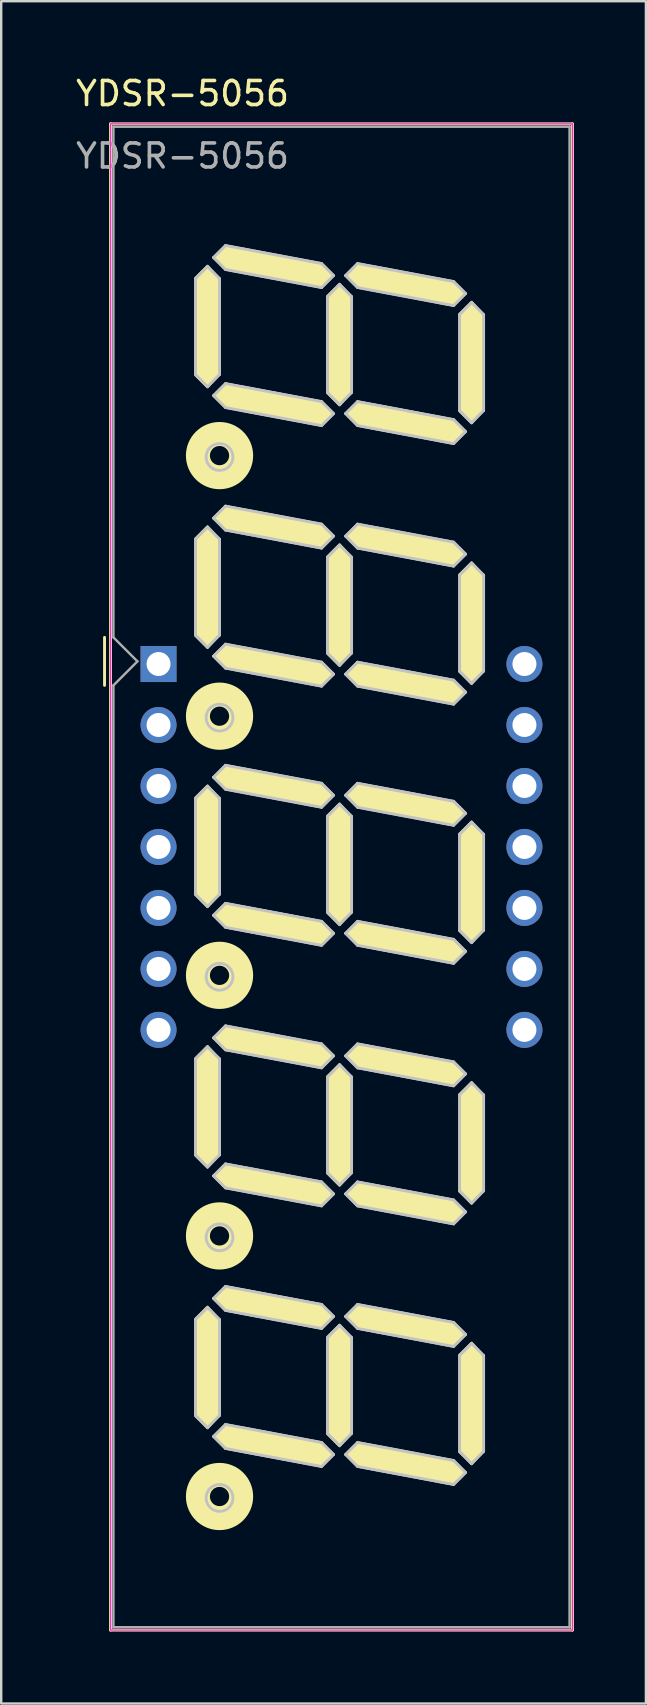
<source format=kicad_pcb>
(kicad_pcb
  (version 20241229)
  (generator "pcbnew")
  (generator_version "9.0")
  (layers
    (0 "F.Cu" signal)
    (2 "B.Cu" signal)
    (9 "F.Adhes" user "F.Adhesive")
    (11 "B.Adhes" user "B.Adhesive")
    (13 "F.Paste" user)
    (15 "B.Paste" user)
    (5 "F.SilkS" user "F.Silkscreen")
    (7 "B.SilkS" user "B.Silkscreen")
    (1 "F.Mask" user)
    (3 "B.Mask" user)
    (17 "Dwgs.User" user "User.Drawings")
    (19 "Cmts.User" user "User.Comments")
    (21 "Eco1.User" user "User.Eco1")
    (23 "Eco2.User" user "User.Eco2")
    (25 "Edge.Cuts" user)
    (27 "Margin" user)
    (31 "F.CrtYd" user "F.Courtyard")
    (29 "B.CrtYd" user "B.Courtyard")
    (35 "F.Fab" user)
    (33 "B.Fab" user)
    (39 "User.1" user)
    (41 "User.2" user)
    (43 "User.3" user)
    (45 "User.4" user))
  (footprint "YDSR-5056"
    (layer "F.Cu")
    (at 3.554 24.608)
    (property "Reference" "YDSR-5056" (at 1 -23.76 0) (layer "F.SilkS") (effects (font (size 1 1) (thickness 0.15))))
    (attr through_hole)
    (fp_line (start -2.25 -1.11) (end -2.25 0.89) (stroke (width 0.12) (type solid)) (layer "F.SilkS"))
    (fp_line (start -2 -22.5) (end -2 40.24) (stroke (width 0.12) (type solid)) (layer "F.SilkS"))
    (fp_line (start -2 -22.5) (end 17.24 -22.5) (stroke (width 0.12) (type solid)) (layer "F.SilkS"))
    (fp_line (start -2 40.24) (end 17.24 40.24) (stroke (width 0.12) (type solid)) (layer "F.SilkS"))
    (fp_line (start 17.24 40.24) (end 17.24 -22.5) (stroke (width 0.12) (type solid)) (layer "F.SilkS"))
    (fp_circle (center 2.54 -8.681) (end 2.54 -8.281) (stroke (width 1) (type solid)) (fill no) (layer "F.SilkS"))
    (fp_circle (center 2.54 2.173) (end 2.54 2.573) (stroke (width 1) (type solid)) (fill no) (layer "F.SilkS"))
    (fp_circle (center 2.54 12.968) (end 2.54 13.368) (stroke (width 1) (type solid)) (fill no) (layer "F.SilkS"))
    (fp_circle (center 2.54 23.822) (end 2.54 24.222) (stroke (width 1) (type solid)) (fill no) (layer "F.SilkS"))
    (fp_circle (center 2.54 34.676) (end 2.54 35.076) (stroke (width 1) (type solid)) (fill no) (layer "F.SilkS"))
    (fp_poly (pts (xy 2.04 -11.531) (xy 1.54 -12.031) (xy 1.54 -16.081) (xy 2.04 -16.581) (xy 2.54 -16.031) (xy 2.54 -12.081)) (stroke (width 0.1) (type solid)) (fill yes) (layer "F.SilkS"))
    (fp_poly (pts (xy 2.04 -0.677) (xy 1.54 -1.177) (xy 1.54 -5.227) (xy 2.04 -5.727) (xy 2.54 -5.177) (xy 2.54 -1.227)) (stroke (width 0.1) (type solid)) (fill yes) (layer "F.SilkS"))
    (fp_poly (pts (xy 2.04 10.118) (xy 1.54 9.618) (xy 1.54 5.568) (xy 2.04 5.068) (xy 2.54 5.618) (xy 2.54 9.568)) (stroke (width 0.1) (type solid)) (fill yes) (layer "F.SilkS"))
    (fp_poly (pts (xy 2.04 20.972) (xy 1.54 20.472) (xy 1.54 16.422) (xy 2.04 15.922) (xy 2.54 16.472) (xy 2.54 20.422)) (stroke (width 0.1) (type solid)) (fill yes) (layer "F.SilkS"))
    (fp_poly (pts (xy 2.04 31.826) (xy 1.54 31.326) (xy 1.54 27.276) (xy 2.04 26.776) (xy 2.54 27.326) (xy 2.54 31.276)) (stroke (width 0.1) (type solid)) (fill yes) (layer "F.SilkS"))
    (fp_poly (pts (xy 6.79 -15.681) (xy 2.79 -16.431) (xy 2.29 -16.931) (xy 2.79 -17.431) (xy 6.79 -16.681) (xy 7.29 -16.181)) (stroke (width 0.1) (type solid)) (fill yes) (layer "F.SilkS"))
    (fp_poly (pts (xy 6.79 -9.931) (xy 2.79 -10.681) (xy 2.29 -11.181) (xy 2.79 -11.681) (xy 6.79 -10.931) (xy 7.29 -10.431)) (stroke (width 0.1) (type solid)) (fill yes) (layer "F.SilkS"))
    (fp_poly (pts (xy 6.79 -4.827) (xy 2.79 -5.577) (xy 2.29 -6.077) (xy 2.79 -6.577) (xy 6.79 -5.827) (xy 7.29 -5.327)) (stroke (width 0.1) (type solid)) (fill yes) (layer "F.SilkS"))
    (fp_poly (pts (xy 6.79 0.923) (xy 2.79 0.173) (xy 2.29 -0.327) (xy 2.79 -0.827) (xy 6.79 -0.077) (xy 7.29 0.423)) (stroke (width 0.1) (type solid)) (fill yes) (layer "F.SilkS"))
    (fp_poly (pts (xy 6.79 5.968) (xy 2.79 5.218) (xy 2.29 4.718) (xy 2.79 4.218) (xy 6.79 4.968) (xy 7.29 5.468)) (stroke (width 0.1) (type solid)) (fill yes) (layer "F.SilkS"))
    (fp_poly (pts (xy 6.79 11.718) (xy 2.79 10.968) (xy 2.29 10.468) (xy 2.79 9.968) (xy 6.79 10.718) (xy 7.29 11.218)) (stroke (width 0.1) (type solid)) (fill yes) (layer "F.SilkS"))
    (fp_poly (pts (xy 6.79 16.822) (xy 2.79 16.072) (xy 2.29 15.572) (xy 2.79 15.072) (xy 6.79 15.822) (xy 7.29 16.322)) (stroke (width 0.1) (type solid)) (fill yes) (layer "F.SilkS"))
    (fp_poly (pts (xy 6.79 22.572) (xy 2.79 21.822) (xy 2.29 21.322) (xy 2.79 20.822) (xy 6.79 21.572) (xy 7.29 22.072)) (stroke (width 0.1) (type solid)) (fill yes) (layer "F.SilkS"))
    (fp_poly (pts (xy 6.79 27.676) (xy 2.79 26.926) (xy 2.29 26.426) (xy 2.79 25.926) (xy 6.79 26.676) (xy 7.29 27.176)) (stroke (width 0.1) (type solid)) (fill yes) (layer "F.SilkS"))
    (fp_poly (pts (xy 6.79 33.426) (xy 2.79 32.676) (xy 2.29 32.176) (xy 2.79 31.676) (xy 6.79 32.426) (xy 7.29 32.926)) (stroke (width 0.1) (type solid)) (fill yes) (layer "F.SilkS"))
    (fp_poly (pts (xy 7.54 -10.781) (xy 7.04 -11.281) (xy 7.04 -15.331) (xy 7.54 -15.831) (xy 8.04 -15.281) (xy 8.04 -11.331)) (stroke (width 0.1) (type solid)) (fill yes) (layer "F.SilkS"))
    (fp_poly (pts (xy 7.54 0.073) (xy 7.04 -0.427) (xy 7.04 -4.477) (xy 7.54 -4.977) (xy 8.04 -4.427) (xy 8.04 -0.477)) (stroke (width 0.1) (type solid)) (fill yes) (layer "F.SilkS"))
    (fp_poly (pts (xy 7.54 10.868) (xy 7.04 10.368) (xy 7.04 6.318) (xy 7.54 5.818) (xy 8.04 6.368) (xy 8.04 10.318)) (stroke (width 0.1) (type solid)) (fill yes) (layer "F.SilkS"))
    (fp_poly (pts (xy 7.54 21.722) (xy 7.04 21.222) (xy 7.04 17.172) (xy 7.54 16.672) (xy 8.04 17.222) (xy 8.04 21.172)) (stroke (width 0.1) (type solid)) (fill yes) (layer "F.SilkS"))
    (fp_poly (pts (xy 7.54 32.576) (xy 7.04 32.076) (xy 7.04 28.026) (xy 7.54 27.526) (xy 8.04 28.076) (xy 8.04 32.026)) (stroke (width 0.1) (type solid)) (fill yes) (layer "F.SilkS"))
    (fp_poly (pts (xy 12.29 -14.931) (xy 8.29 -15.681) (xy 7.79 -16.181) (xy 8.29 -16.681) (xy 12.29 -15.931) (xy 12.79 -15.431)) (stroke (width 0.1) (type solid)) (fill yes) (layer "F.SilkS"))
    (fp_poly (pts (xy 12.29 -9.181) (xy 8.29 -9.931) (xy 7.79 -10.431) (xy 8.29 -10.931) (xy 12.29 -10.181) (xy 12.79 -9.681)) (stroke (width 0.1) (type solid)) (fill yes) (layer "F.SilkS"))
    (fp_poly (pts (xy 12.29 -4.077) (xy 8.29 -4.827) (xy 7.79 -5.327) (xy 8.29 -5.827) (xy 12.29 -5.077) (xy 12.79 -4.577)) (stroke (width 0.1) (type solid)) (fill yes) (layer "F.SilkS"))
    (fp_poly (pts (xy 12.29 1.673) (xy 8.29 0.923) (xy 7.79 0.423) (xy 8.29 -0.077) (xy 12.29 0.673) (xy 12.79 1.173)) (stroke (width 0.1) (type solid)) (fill yes) (layer "F.SilkS"))
    (fp_poly (pts (xy 12.29 6.718) (xy 8.29 5.968) (xy 7.79 5.468) (xy 8.29 4.968) (xy 12.29 5.718) (xy 12.79 6.218)) (stroke (width 0.1) (type solid)) (fill yes) (layer "F.SilkS"))
    (fp_poly (pts (xy 12.29 12.468) (xy 8.29 11.718) (xy 7.79 11.218) (xy 8.29 10.718) (xy 12.29 11.468) (xy 12.79 11.968)) (stroke (width 0.1) (type solid)) (fill yes) (layer "F.SilkS"))
    (fp_poly (pts (xy 12.29 17.572) (xy 8.29 16.822) (xy 7.79 16.322) (xy 8.29 15.822) (xy 12.29 16.572) (xy 12.79 17.072)) (stroke (width 0.1) (type solid)) (fill yes) (layer "F.SilkS"))
    (fp_poly (pts (xy 12.29 23.322) (xy 8.29 22.572) (xy 7.79 22.072) (xy 8.29 21.572) (xy 12.29 22.322) (xy 12.79 22.822)) (stroke (width 0.1) (type solid)) (fill yes) (layer "F.SilkS"))
    (fp_poly (pts (xy 12.29 28.426) (xy 8.29 27.676) (xy 7.79 27.176) (xy 8.29 26.676) (xy 12.29 27.426) (xy 12.79 27.926)) (stroke (width 0.1) (type solid)) (fill yes) (layer "F.SilkS"))
    (fp_poly (pts (xy 12.29 34.176) (xy 8.29 33.426) (xy 7.79 32.926) (xy 8.29 32.426) (xy 12.29 33.176) (xy 12.79 33.676)) (stroke (width 0.1) (type solid)) (fill yes) (layer "F.SilkS"))
    (fp_poly (pts (xy 13.04 -10.031) (xy 12.54 -10.531) (xy 12.54 -14.581) (xy 13.04 -15.081) (xy 13.54 -14.531) (xy 13.54 -10.581)) (stroke (width 0.1) (type solid)) (fill yes) (layer "F.SilkS"))
    (fp_poly (pts (xy 13.04 0.823) (xy 12.54 0.323) (xy 12.54 -3.727) (xy 13.04 -4.227) (xy 13.54 -3.677) (xy 13.54 0.273)) (stroke (width 0.1) (type solid)) (fill yes) (layer "F.SilkS"))
    (fp_poly (pts (xy 13.04 11.618) (xy 12.54 11.118) (xy 12.54 7.068) (xy 13.04 6.568) (xy 13.54 7.118) (xy 13.54 11.068)) (stroke (width 0.1) (type solid)) (fill yes) (layer "F.SilkS"))
    (fp_poly (pts (xy 13.04 22.472) (xy 12.54 21.972) (xy 12.54 17.922) (xy 13.04 17.422) (xy 13.54 17.972) (xy 13.54 21.922)) (stroke (width 0.1) (type solid)) (fill yes) (layer "F.SilkS"))
    (fp_poly (pts (xy 13.04 33.326) (xy 12.54 32.826) (xy 12.54 28.776) (xy 13.04 28.276) (xy 13.54 28.826) (xy 13.54 32.776)) (stroke (width 0.1) (type solid)) (fill yes) (layer "F.SilkS"))
    (fp_line (start 1.54 -16.056) (end 1.54 -12.056) (stroke (width 0.12) (type solid)) (layer "Dwgs.User"))
    (fp_line (start 1.54 -12.056) (end 2.04 -11.556) (stroke (width 0.12) (type solid)) (layer "Dwgs.User"))
    (fp_line (start 1.54 -5.202) (end 1.54 -1.202) (stroke (width 0.12) (type solid)) (layer "Dwgs.User"))
    (fp_line (start 1.54 -1.202) (end 2.04 -0.702) (stroke (width 0.12) (type solid)) (layer "Dwgs.User"))
    (fp_line (start 1.54 5.593) (end 1.54 9.593) (stroke (width 0.12) (type solid)) (layer "Dwgs.User"))
    (fp_line (start 1.54 9.593) (end 2.04 10.093) (stroke (width 0.12) (type solid)) (layer "Dwgs.User"))
    (fp_line (start 1.54 16.447) (end 1.54 20.447) (stroke (width 0.12) (type solid)) (layer "Dwgs.User"))
    (fp_line (start 1.54 20.447) (end 2.04 20.947) (stroke (width 0.12) (type solid)) (layer "Dwgs.User"))
    (fp_line (start 1.54 27.301) (end 1.54 31.301) (stroke (width 0.12) (type solid)) (layer "Dwgs.User"))
    (fp_line (start 1.54 31.301) (end 2.04 31.801) (stroke (width 0.12) (type solid)) (layer "Dwgs.User"))
    (fp_line (start 2.04 -16.556) (end 1.54 -16.056) (stroke (width 0.12) (type solid)) (layer "Dwgs.User"))
    (fp_line (start 2.04 -11.556) (end 2.54 -12.056) (stroke (width 0.12) (type solid)) (layer "Dwgs.User"))
    (fp_line (start 2.04 -5.702) (end 1.54 -5.202) (stroke (width 0.12) (type solid)) (layer "Dwgs.User"))
    (fp_line (start 2.04 -0.702) (end 2.54 -1.202) (stroke (width 0.12) (type solid)) (layer "Dwgs.User"))
    (fp_line (start 2.04 5.093) (end 1.54 5.593) (stroke (width 0.12) (type solid)) (layer "Dwgs.User"))
    (fp_line (start 2.04 10.093) (end 2.54 9.593) (stroke (width 0.12) (type solid)) (layer "Dwgs.User"))
    (fp_line (start 2.04 15.947) (end 1.54 16.447) (stroke (width 0.12) (type solid)) (layer "Dwgs.User"))
    (fp_line (start 2.04 20.947) (end 2.54 20.447) (stroke (width 0.12) (type solid)) (layer "Dwgs.User"))
    (fp_line (start 2.04 26.801) (end 1.54 27.301) (stroke (width 0.12) (type solid)) (layer "Dwgs.User"))
    (fp_line (start 2.04 31.801) (end 2.54 31.301) (stroke (width 0.12) (type solid)) (layer "Dwgs.User"))
    (fp_line (start 2.29 -16.931) (end 2.79 -16.431) (stroke (width 0.12) (type solid)) (layer "Dwgs.User"))
    (fp_line (start 2.29 -11.181) (end 2.79 -10.681) (stroke (width 0.12) (type solid)) (layer "Dwgs.User"))
    (fp_line (start 2.29 -6.077) (end 2.79 -5.577) (stroke (width 0.12) (type solid)) (layer "Dwgs.User"))
    (fp_line (start 2.29 -0.327) (end 2.79 0.173) (stroke (width 0.12) (type solid)) (layer "Dwgs.User"))
    (fp_line (start 2.29 4.718) (end 2.79 5.218) (stroke (width 0.12) (type solid)) (layer "Dwgs.User"))
    (fp_line (start 2.29 10.468) (end 2.79 10.968) (stroke (width 0.12) (type solid)) (layer "Dwgs.User"))
    (fp_line (start 2.29 15.572) (end 2.79 16.072) (stroke (width 0.12) (type solid)) (layer "Dwgs.User"))
    (fp_line (start 2.29 21.322) (end 2.79 21.822) (stroke (width 0.12) (type solid)) (layer "Dwgs.User"))
    (fp_line (start 2.29 26.426) (end 2.79 26.926) (stroke (width 0.12) (type solid)) (layer "Dwgs.User"))
    (fp_line (start 2.29 32.176) (end 2.79 32.676) (stroke (width 0.12) (type solid)) (layer "Dwgs.User"))
    (fp_line (start 2.54 -16.056) (end 2.04 -16.556) (stroke (width 0.12) (type solid)) (layer "Dwgs.User"))
    (fp_line (start 2.54 -12.056) (end 2.54 -16.056) (stroke (width 0.12) (type solid)) (layer "Dwgs.User"))
    (fp_line (start 2.54 -5.202) (end 2.04 -5.702) (stroke (width 0.12) (type solid)) (layer "Dwgs.User"))
    (fp_line (start 2.54 -1.202) (end 2.54 -5.202) (stroke (width 0.12) (type solid)) (layer "Dwgs.User"))
    (fp_line (start 2.54 5.593) (end 2.04 5.093) (stroke (width 0.12) (type solid)) (layer "Dwgs.User"))
    (fp_line (start 2.54 9.593) (end 2.54 5.593) (stroke (width 0.12) (type solid)) (layer "Dwgs.User"))
    (fp_line (start 2.54 16.447) (end 2.04 15.947) (stroke (width 0.12) (type solid)) (layer "Dwgs.User"))
    (fp_line (start 2.54 20.447) (end 2.54 16.447) (stroke (width 0.12) (type solid)) (layer "Dwgs.User"))
    (fp_line (start 2.54 27.301) (end 2.04 26.801) (stroke (width 0.12) (type solid)) (layer "Dwgs.User"))
    (fp_line (start 2.54 31.301) (end 2.54 27.301) (stroke (width 0.12) (type solid)) (layer "Dwgs.User"))
    (fp_line (start 2.79 -17.431) (end 2.29 -16.931) (stroke (width 0.12) (type solid)) (layer "Dwgs.User"))
    (fp_line (start 2.79 -16.431) (end 6.79 -15.681) (stroke (width 0.12) (type solid)) (layer "Dwgs.User"))
    (fp_line (start 2.79 -11.681) (end 2.29 -11.181) (stroke (width 0.12) (type solid)) (layer "Dwgs.User"))
    (fp_line (start 2.79 -10.681) (end 6.79 -9.931) (stroke (width 0.12) (type solid)) (layer "Dwgs.User"))
    (fp_line (start 2.79 -6.577) (end 2.29 -6.077) (stroke (width 0.12) (type solid)) (layer "Dwgs.User"))
    (fp_line (start 2.79 -5.577) (end 6.79 -4.827) (stroke (width 0.12) (type solid)) (layer "Dwgs.User"))
    (fp_line (start 2.79 -0.827) (end 2.29 -0.327) (stroke (width 0.12) (type solid)) (layer "Dwgs.User"))
    (fp_line (start 2.79 0.173) (end 6.79 0.923) (stroke (width 0.12) (type solid)) (layer "Dwgs.User"))
    (fp_line (start 2.79 4.218) (end 2.29 4.718) (stroke (width 0.12) (type solid)) (layer "Dwgs.User"))
    (fp_line (start 2.79 5.218) (end 6.79 5.968) (stroke (width 0.12) (type solid)) (layer "Dwgs.User"))
    (fp_line (start 2.79 9.968) (end 2.29 10.468) (stroke (width 0.12) (type solid)) (layer "Dwgs.User"))
    (fp_line (start 2.79 10.968) (end 6.79 11.718) (stroke (width 0.12) (type solid)) (layer "Dwgs.User"))
    (fp_line (start 2.79 15.072) (end 2.29 15.572) (stroke (width 0.12) (type solid)) (layer "Dwgs.User"))
    (fp_line (start 2.79 16.072) (end 6.79 16.822) (stroke (width 0.12) (type solid)) (layer "Dwgs.User"))
    (fp_line (start 2.79 20.822) (end 2.29 21.322) (stroke (width 0.12) (type solid)) (layer "Dwgs.User"))
    (fp_line (start 2.79 21.822) (end 6.79 22.572) (stroke (width 0.12) (type solid)) (layer "Dwgs.User"))
    (fp_line (start 2.79 25.926) (end 2.29 26.426) (stroke (width 0.12) (type solid)) (layer "Dwgs.User"))
    (fp_line (start 2.79 26.926) (end 6.79 27.676) (stroke (width 0.12) (type solid)) (layer "Dwgs.User"))
    (fp_line (start 2.79 31.676) (end 2.29 32.176) (stroke (width 0.12) (type solid)) (layer "Dwgs.User"))
    (fp_line (start 2.79 32.676) (end 6.79 33.426) (stroke (width 0.12) (type solid)) (layer "Dwgs.User"))
    (fp_line (start 6.79 -16.681) (end 2.79 -17.431) (stroke (width 0.12) (type solid)) (layer "Dwgs.User"))
    (fp_line (start 6.79 -15.681) (end 7.29 -16.181) (stroke (width 0.12) (type solid)) (layer "Dwgs.User"))
    (fp_line (start 6.79 -10.931) (end 2.79 -11.681) (stroke (width 0.12) (type solid)) (layer "Dwgs.User"))
    (fp_line (start 6.79 -9.931) (end 7.29 -10.431) (stroke (width 0.12) (type solid)) (layer "Dwgs.User"))
    (fp_line (start 6.79 -5.827) (end 2.79 -6.577) (stroke (width 0.12) (type solid)) (layer "Dwgs.User"))
    (fp_line (start 6.79 -4.827) (end 7.29 -5.327) (stroke (width 0.12) (type solid)) (layer "Dwgs.User"))
    (fp_line (start 6.79 -0.077) (end 2.79 -0.827) (stroke (width 0.12) (type solid)) (layer "Dwgs.User"))
    (fp_line (start 6.79 0.923) (end 7.29 0.423) (stroke (width 0.12) (type solid)) (layer "Dwgs.User"))
    (fp_line (start 6.79 4.968) (end 2.79 4.218) (stroke (width 0.12) (type solid)) (layer "Dwgs.User"))
    (fp_line (start 6.79 5.968) (end 7.29 5.468) (stroke (width 0.12) (type solid)) (layer "Dwgs.User"))
    (fp_line (start 6.79 10.718) (end 2.79 9.968) (stroke (width 0.12) (type solid)) (layer "Dwgs.User"))
    (fp_line (start 6.79 11.718) (end 7.29 11.218) (stroke (width 0.12) (type solid)) (layer "Dwgs.User"))
    (fp_line (start 6.79 15.822) (end 2.79 15.072) (stroke (width 0.12) (type solid)) (layer "Dwgs.User"))
    (fp_line (start 6.79 16.822) (end 7.29 16.322) (stroke (width 0.12) (type solid)) (layer "Dwgs.User"))
    (fp_line (start 6.79 21.572) (end 2.79 20.822) (stroke (width 0.12) (type solid)) (layer "Dwgs.User"))
    (fp_line (start 6.79 22.572) (end 7.29 22.072) (stroke (width 0.12) (type solid)) (layer "Dwgs.User"))
    (fp_line (start 6.79 26.676) (end 2.79 25.926) (stroke (width 0.12) (type solid)) (layer "Dwgs.User"))
    (fp_line (start 6.79 27.676) (end 7.29 27.176) (stroke (width 0.12) (type solid)) (layer "Dwgs.User"))
    (fp_line (start 6.79 32.426) (end 2.79 31.676) (stroke (width 0.12) (type solid)) (layer "Dwgs.User"))
    (fp_line (start 6.79 33.426) (end 7.29 32.926) (stroke (width 0.12) (type solid)) (layer "Dwgs.User"))
    (fp_line (start 7.04 -15.306) (end 7.04 -11.306) (stroke (width 0.12) (type solid)) (layer "Dwgs.User"))
    (fp_line (start 7.04 -11.306) (end 7.54 -10.806) (stroke (width 0.12) (type solid)) (layer "Dwgs.User"))
    (fp_line (start 7.04 -4.452) (end 7.04 -0.452) (stroke (width 0.12) (type solid)) (layer "Dwgs.User"))
    (fp_line (start 7.04 -0.452) (end 7.54 0.048) (stroke (width 0.12) (type solid)) (layer "Dwgs.User"))
    (fp_line (start 7.04 6.343) (end 7.04 10.343) (stroke (width 0.12) (type solid)) (layer "Dwgs.User"))
    (fp_line (start 7.04 10.343) (end 7.54 10.843) (stroke (width 0.12) (type solid)) (layer "Dwgs.User"))
    (fp_line (start 7.04 17.197) (end 7.04 21.197) (stroke (width 0.12) (type solid)) (layer "Dwgs.User"))
    (fp_line (start 7.04 21.197) (end 7.54 21.697) (stroke (width 0.12) (type solid)) (layer "Dwgs.User"))
    (fp_line (start 7.04 28.051) (end 7.04 32.051) (stroke (width 0.12) (type solid)) (layer "Dwgs.User"))
    (fp_line (start 7.04 32.051) (end 7.54 32.551) (stroke (width 0.12) (type solid)) (layer "Dwgs.User"))
    (fp_line (start 7.29 -16.181) (end 6.79 -16.681) (stroke (width 0.12) (type solid)) (layer "Dwgs.User"))
    (fp_line (start 7.29 -10.431) (end 6.79 -10.931) (stroke (width 0.12) (type solid)) (layer "Dwgs.User"))
    (fp_line (start 7.29 -5.327) (end 6.79 -5.827) (stroke (width 0.12) (type solid)) (layer "Dwgs.User"))
    (fp_line (start 7.29 0.423) (end 6.79 -0.077) (stroke (width 0.12) (type solid)) (layer "Dwgs.User"))
    (fp_line (start 7.29 5.468) (end 6.79 4.968) (stroke (width 0.12) (type solid)) (layer "Dwgs.User"))
    (fp_line (start 7.29 11.218) (end 6.79 10.718) (stroke (width 0.12) (type solid)) (layer "Dwgs.User"))
    (fp_line (start 7.29 16.322) (end 6.79 15.822) (stroke (width 0.12) (type solid)) (layer "Dwgs.User"))
    (fp_line (start 7.29 22.072) (end 6.79 21.572) (stroke (width 0.12) (type solid)) (layer "Dwgs.User"))
    (fp_line (start 7.29 27.176) (end 6.79 26.676) (stroke (width 0.12) (type solid)) (layer "Dwgs.User"))
    (fp_line (start 7.29 32.926) (end 6.79 32.426) (stroke (width 0.12) (type solid)) (layer "Dwgs.User"))
    (fp_line (start 7.54 -15.806) (end 7.04 -15.306) (stroke (width 0.12) (type solid)) (layer "Dwgs.User"))
    (fp_line (start 7.54 -10.806) (end 8.04 -11.306) (stroke (width 0.12) (type solid)) (layer "Dwgs.User"))
    (fp_line (start 7.54 -4.952) (end 7.04 -4.452) (stroke (width 0.12) (type solid)) (layer "Dwgs.User"))
    (fp_line (start 7.54 0.048) (end 8.04 -0.452) (stroke (width 0.12) (type solid)) (layer "Dwgs.User"))
    (fp_line (start 7.54 5.843) (end 7.04 6.343) (stroke (width 0.12) (type solid)) (layer "Dwgs.User"))
    (fp_line (start 7.54 10.843) (end 8.04 10.343) (stroke (width 0.12) (type solid)) (layer "Dwgs.User"))
    (fp_line (start 7.54 16.697) (end 7.04 17.197) (stroke (width 0.12) (type solid)) (layer "Dwgs.User"))
    (fp_line (start 7.54 21.697) (end 8.04 21.197) (stroke (width 0.12) (type solid)) (layer "Dwgs.User"))
    (fp_line (start 7.54 27.551) (end 7.04 28.051) (stroke (width 0.12) (type solid)) (layer "Dwgs.User"))
    (fp_line (start 7.54 32.551) (end 8.04 32.051) (stroke (width 0.12) (type solid)) (layer "Dwgs.User"))
    (fp_line (start 7.79 -16.181) (end 8.29 -15.681) (stroke (width 0.12) (type solid)) (layer "Dwgs.User"))
    (fp_line (start 7.79 -10.431) (end 8.29 -9.931) (stroke (width 0.12) (type solid)) (layer "Dwgs.User"))
    (fp_line (start 7.79 -5.327) (end 8.29 -4.827) (stroke (width 0.12) (type solid)) (layer "Dwgs.User"))
    (fp_line (start 7.79 0.423) (end 8.29 0.923) (stroke (width 0.12) (type solid)) (layer "Dwgs.User"))
    (fp_line (start 7.79 5.468) (end 8.29 5.968) (stroke (width 0.12) (type solid)) (layer "Dwgs.User"))
    (fp_line (start 7.79 11.218) (end 8.29 11.718) (stroke (width 0.12) (type solid)) (layer "Dwgs.User"))
    (fp_line (start 7.79 16.322) (end 8.29 16.822) (stroke (width 0.12) (type solid)) (layer "Dwgs.User"))
    (fp_line (start 7.79 22.072) (end 8.29 22.572) (stroke (width 0.12) (type solid)) (layer "Dwgs.User"))
    (fp_line (start 7.79 27.176) (end 8.29 27.676) (stroke (width 0.12) (type solid)) (layer "Dwgs.User"))
    (fp_line (start 7.79 32.926) (end 8.29 33.426) (stroke (width 0.12) (type solid)) (layer "Dwgs.User"))
    (fp_line (start 8.04 -15.306) (end 7.54 -15.806) (stroke (width 0.12) (type solid)) (layer "Dwgs.User"))
    (fp_line (start 8.04 -11.306) (end 8.04 -15.306) (stroke (width 0.12) (type solid)) (layer "Dwgs.User"))
    (fp_line (start 8.04 -4.452) (end 7.54 -4.952) (stroke (width 0.12) (type solid)) (layer "Dwgs.User"))
    (fp_line (start 8.04 -0.452) (end 8.04 -4.452) (stroke (width 0.12) (type solid)) (layer "Dwgs.User"))
    (fp_line (start 8.04 6.343) (end 7.54 5.843) (stroke (width 0.12) (type solid)) (layer "Dwgs.User"))
    (fp_line (start 8.04 10.343) (end 8.04 6.343) (stroke (width 0.12) (type solid)) (layer "Dwgs.User"))
    (fp_line (start 8.04 17.197) (end 7.54 16.697) (stroke (width 0.12) (type solid)) (layer "Dwgs.User"))
    (fp_line (start 8.04 21.197) (end 8.04 17.197) (stroke (width 0.12) (type solid)) (layer "Dwgs.User"))
    (fp_line (start 8.04 28.051) (end 7.54 27.551) (stroke (width 0.12) (type solid)) (layer "Dwgs.User"))
    (fp_line (start 8.04 32.051) (end 8.04 28.051) (stroke (width 0.12) (type solid)) (layer "Dwgs.User"))
    (fp_line (start 8.29 -16.681) (end 7.79 -16.181) (stroke (width 0.12) (type solid)) (layer "Dwgs.User"))
    (fp_line (start 8.29 -15.681) (end 12.29 -14.931) (stroke (width 0.12) (type solid)) (layer "Dwgs.User"))
    (fp_line (start 8.29 -10.931) (end 7.79 -10.431) (stroke (width 0.12) (type solid)) (layer "Dwgs.User"))
    (fp_line (start 8.29 -9.931) (end 12.29 -9.181) (stroke (width 0.12) (type solid)) (layer "Dwgs.User"))
    (fp_line (start 8.29 -5.827) (end 7.79 -5.327) (stroke (width 0.12) (type solid)) (layer "Dwgs.User"))
    (fp_line (start 8.29 -4.827) (end 12.29 -4.077) (stroke (width 0.12) (type solid)) (layer "Dwgs.User"))
    (fp_line (start 8.29 -0.077) (end 7.79 0.423) (stroke (width 0.12) (type solid)) (layer "Dwgs.User"))
    (fp_line (start 8.29 0.923) (end 12.29 1.673) (stroke (width 0.12) (type solid)) (layer "Dwgs.User"))
    (fp_line (start 8.29 4.968) (end 7.79 5.468) (stroke (width 0.12) (type solid)) (layer "Dwgs.User"))
    (fp_line (start 8.29 5.968) (end 12.29 6.718) (stroke (width 0.12) (type solid)) (layer "Dwgs.User"))
    (fp_line (start 8.29 10.718) (end 7.79 11.218) (stroke (width 0.12) (type solid)) (layer "Dwgs.User"))
    (fp_line (start 8.29 11.718) (end 12.29 12.468) (stroke (width 0.12) (type solid)) (layer "Dwgs.User"))
    (fp_line (start 8.29 15.822) (end 7.79 16.322) (stroke (width 0.12) (type solid)) (layer "Dwgs.User"))
    (fp_line (start 8.29 16.822) (end 12.29 17.572) (stroke (width 0.12) (type solid)) (layer "Dwgs.User"))
    (fp_line (start 8.29 21.572) (end 7.79 22.072) (stroke (width 0.12) (type solid)) (layer "Dwgs.User"))
    (fp_line (start 8.29 22.572) (end 12.29 23.322) (stroke (width 0.12) (type solid)) (layer "Dwgs.User"))
    (fp_line (start 8.29 26.676) (end 7.79 27.176) (stroke (width 0.12) (type solid)) (layer "Dwgs.User"))
    (fp_line (start 8.29 27.676) (end 12.29 28.426) (stroke (width 0.12) (type solid)) (layer "Dwgs.User"))
    (fp_line (start 8.29 32.426) (end 7.79 32.926) (stroke (width 0.12) (type solid)) (layer "Dwgs.User"))
    (fp_line (start 8.29 33.426) (end 12.29 34.176) (stroke (width 0.12) (type solid)) (layer "Dwgs.User"))
    (fp_line (start 12.29 -15.931) (end 8.29 -16.681) (stroke (width 0.12) (type solid)) (layer "Dwgs.User"))
    (fp_line (start 12.29 -14.931) (end 12.79 -15.431) (stroke (width 0.12) (type solid)) (layer "Dwgs.User"))
    (fp_line (start 12.29 -10.181) (end 8.29 -10.931) (stroke (width 0.12) (type solid)) (layer "Dwgs.User"))
    (fp_line (start 12.29 -9.181) (end 12.79 -9.681) (stroke (width 0.12) (type solid)) (layer "Dwgs.User"))
    (fp_line (start 12.29 -5.077) (end 8.29 -5.827) (stroke (width 0.12) (type solid)) (layer "Dwgs.User"))
    (fp_line (start 12.29 -4.077) (end 12.79 -4.577) (stroke (width 0.12) (type solid)) (layer "Dwgs.User"))
    (fp_line (start 12.29 0.673) (end 8.29 -0.077) (stroke (width 0.12) (type solid)) (layer "Dwgs.User"))
    (fp_line (start 12.29 1.673) (end 12.79 1.173) (stroke (width 0.12) (type solid)) (layer "Dwgs.User"))
    (fp_line (start 12.29 5.718) (end 8.29 4.968) (stroke (width 0.12) (type solid)) (layer "Dwgs.User"))
    (fp_line (start 12.29 6.718) (end 12.79 6.218) (stroke (width 0.12) (type solid)) (layer "Dwgs.User"))
    (fp_line (start 12.29 11.468) (end 8.29 10.718) (stroke (width 0.12) (type solid)) (layer "Dwgs.User"))
    (fp_line (start 12.29 12.468) (end 12.79 11.968) (stroke (width 0.12) (type solid)) (layer "Dwgs.User"))
    (fp_line (start 12.29 16.572) (end 8.29 15.822) (stroke (width 0.12) (type solid)) (layer "Dwgs.User"))
    (fp_line (start 12.29 17.572) (end 12.79 17.072) (stroke (width 0.12) (type solid)) (layer "Dwgs.User"))
    (fp_line (start 12.29 22.322) (end 8.29 21.572) (stroke (width 0.12) (type solid)) (layer "Dwgs.User"))
    (fp_line (start 12.29 23.322) (end 12.79 22.822) (stroke (width 0.12) (type solid)) (layer "Dwgs.User"))
    (fp_line (start 12.29 27.426) (end 8.29 26.676) (stroke (width 0.12) (type solid)) (layer "Dwgs.User"))
    (fp_line (start 12.29 28.426) (end 12.79 27.926) (stroke (width 0.12) (type solid)) (layer "Dwgs.User"))
    (fp_line (start 12.29 33.176) (end 8.29 32.426) (stroke (width 0.12) (type solid)) (layer "Dwgs.User"))
    (fp_line (start 12.29 34.176) (end 12.79 33.676) (stroke (width 0.12) (type solid)) (layer "Dwgs.User"))
    (fp_line (start 12.54 -14.556) (end 12.54 -10.556) (stroke (width 0.12) (type solid)) (layer "Dwgs.User"))
    (fp_line (start 12.54 -10.556) (end 13.04 -10.056) (stroke (width 0.12) (type solid)) (layer "Dwgs.User"))
    (fp_line (start 12.54 -3.702) (end 12.54 0.298) (stroke (width 0.12) (type solid)) (layer "Dwgs.User"))
    (fp_line (start 12.54 0.298) (end 13.04 0.798) (stroke (width 0.12) (type solid)) (layer "Dwgs.User"))
    (fp_line (start 12.54 7.093) (end 12.54 11.093) (stroke (width 0.12) (type solid)) (layer "Dwgs.User"))
    (fp_line (start 12.54 11.093) (end 13.04 11.593) (stroke (width 0.12) (type solid)) (layer "Dwgs.User"))
    (fp_line (start 12.54 17.947) (end 12.54 21.947) (stroke (width 0.12) (type solid)) (layer "Dwgs.User"))
    (fp_line (start 12.54 21.947) (end 13.04 22.447) (stroke (width 0.12) (type solid)) (layer "Dwgs.User"))
    (fp_line (start 12.54 28.801) (end 12.54 32.801) (stroke (width 0.12) (type solid)) (layer "Dwgs.User"))
    (fp_line (start 12.54 32.801) (end 13.04 33.301) (stroke (width 0.12) (type solid)) (layer "Dwgs.User"))
    (fp_line (start 12.79 -15.431) (end 12.29 -15.931) (stroke (width 0.12) (type solid)) (layer "Dwgs.User"))
    (fp_line (start 12.79 -9.681) (end 12.29 -10.181) (stroke (width 0.12) (type solid)) (layer "Dwgs.User"))
    (fp_line (start 12.79 -4.577) (end 12.29 -5.077) (stroke (width 0.12) (type solid)) (layer "Dwgs.User"))
    (fp_line (start 12.79 1.173) (end 12.29 0.673) (stroke (width 0.12) (type solid)) (layer "Dwgs.User"))
    (fp_line (start 12.79 6.218) (end 12.29 5.718) (stroke (width 0.12) (type solid)) (layer "Dwgs.User"))
    (fp_line (start 12.79 11.968) (end 12.29 11.468) (stroke (width 0.12) (type solid)) (layer "Dwgs.User"))
    (fp_line (start 12.79 17.072) (end 12.29 16.572) (stroke (width 0.12) (type solid)) (layer "Dwgs.User"))
    (fp_line (start 12.79 22.822) (end 12.29 22.322) (stroke (width 0.12) (type solid)) (layer "Dwgs.User"))
    (fp_line (start 12.79 27.926) (end 12.29 27.426) (stroke (width 0.12) (type solid)) (layer "Dwgs.User"))
    (fp_line (start 12.79 33.676) (end 12.29 33.176) (stroke (width 0.12) (type solid)) (layer "Dwgs.User"))
    (fp_line (start 13.04 -15.056) (end 12.54 -14.556) (stroke (width 0.12) (type solid)) (layer "Dwgs.User"))
    (fp_line (start 13.04 -10.056) (end 13.54 -10.556) (stroke (width 0.12) (type solid)) (layer "Dwgs.User"))
    (fp_line (start 13.04 -4.202) (end 12.54 -3.702) (stroke (width 0.12) (type solid)) (layer "Dwgs.User"))
    (fp_line (start 13.04 0.798) (end 13.54 0.298) (stroke (width 0.12) (type solid)) (layer "Dwgs.User"))
    (fp_line (start 13.04 6.593) (end 12.54 7.093) (stroke (width 0.12) (type solid)) (layer "Dwgs.User"))
    (fp_line (start 13.04 11.593) (end 13.54 11.093) (stroke (width 0.12) (type solid)) (layer "Dwgs.User"))
    (fp_line (start 13.04 17.447) (end 12.54 17.947) (stroke (width 0.12) (type solid)) (layer "Dwgs.User"))
    (fp_line (start 13.04 22.447) (end 13.54 21.947) (stroke (width 0.12) (type solid)) (layer "Dwgs.User"))
    (fp_line (start 13.04 28.301) (end 12.54 28.801) (stroke (width 0.12) (type solid)) (layer "Dwgs.User"))
    (fp_line (start 13.04 33.301) (end 13.54 32.801) (stroke (width 0.12) (type solid)) (layer "Dwgs.User"))
    (fp_line (start 13.54 -14.556) (end 13.04 -15.056) (stroke (width 0.12) (type solid)) (layer "Dwgs.User"))
    (fp_line (start 13.54 -10.556) (end 13.54 -14.556) (stroke (width 0.12) (type solid)) (layer "Dwgs.User"))
    (fp_line (start 13.54 -3.702) (end 13.04 -4.202) (stroke (width 0.12) (type solid)) (layer "Dwgs.User"))
    (fp_line (start 13.54 0.298) (end 13.54 -3.702) (stroke (width 0.12) (type solid)) (layer "Dwgs.User"))
    (fp_line (start 13.54 7.093) (end 13.04 6.593) (stroke (width 0.12) (type solid)) (layer "Dwgs.User"))
    (fp_line (start 13.54 11.093) (end 13.54 7.093) (stroke (width 0.12) (type solid)) (layer "Dwgs.User"))
    (fp_line (start 13.54 17.947) (end 13.04 17.447) (stroke (width 0.12) (type solid)) (layer "Dwgs.User"))
    (fp_line (start 13.54 21.947) (end 13.54 17.947) (stroke (width 0.12) (type solid)) (layer "Dwgs.User"))
    (fp_line (start 13.54 28.801) (end 13.04 28.301) (stroke (width 0.12) (type solid)) (layer "Dwgs.User"))
    (fp_line (start 13.54 32.801) (end 13.54 28.801) (stroke (width 0.12) (type solid)) (layer "Dwgs.User"))
    (fp_circle (center 2.54 -8.622) (end 2.29 -8.122) (stroke (width 0.12) (type solid)) (fill no) (layer "Dwgs.User"))
    (fp_circle (center 2.54 2.232) (end 2.29 2.732) (stroke (width 0.12) (type solid)) (fill no) (layer "Dwgs.User"))
    (fp_circle (center 2.54 13.027) (end 2.29 13.527) (stroke (width 0.12) (type solid)) (fill no) (layer "Dwgs.User"))
    (fp_circle (center 2.54 23.881) (end 2.29 24.381) (stroke (width 0.12) (type solid)) (fill no) (layer "Dwgs.User"))
    (fp_circle (center 2.54 34.735) (end 2.29 35.235) (stroke (width 0.12) (type solid)) (fill no) (layer "Dwgs.User"))
    (fp_line (start -2 -22.5) (end 17.24 -22.5) (stroke (width 0.05) (type solid)) (layer "F.CrtYd"))
    (fp_line (start -2 40.24) (end -2 -22.5) (stroke (width 0.05) (type solid)) (layer "F.CrtYd"))
    (fp_line (start 17.24 -22.5) (end 17.24 40.24) (stroke (width 0.05) (type solid)) (layer "F.CrtYd"))
    (fp_line (start 17.24 40.24) (end -2 40.24) (stroke (width 0.05) (type solid)) (layer "F.CrtYd"))
    (fp_line (start -1.88 -22.38) (end 17.12 -22.38) (stroke (width 0.1) (type solid)) (layer "F.Fab"))
    (fp_line (start -1.88 -1.11) (end -1.88 -22.38) (stroke (width 0.1) (type solid)) (layer "F.Fab"))
    (fp_line (start -1.88 0.89) (end -1.88 40.12) (stroke (width 0.1) (type solid)) (layer "F.Fab"))
    (fp_line (start -1.88 0.89) (end -0.88 -0.11) (stroke (width 0.1) (type solid)) (layer "F.Fab"))
    (fp_line (start -1.88 40.12) (end 17.12 40.12) (stroke (width 0.1) (type solid)) (layer "F.Fab"))
    (fp_line (start -0.88 -0.11) (end -1.88 -1.11) (stroke (width 0.1) (type solid)) (layer "F.Fab"))
    (fp_line (start 17.12 -22.38) (end 17.12 40.12) (stroke (width 0.1) (type solid)) (layer "F.Fab"))
    (fp_text user "${REFERENCE}" (at 1 -21.16 0) (layer "F.Fab") (effects (font (size 1 1) (thickness 0.15))))
    (pad "1" thru_hole rect (at 0 0) (size 1.5 1.5) (drill 1) (layers "*.Cu" "*.Mask"))
    (pad "2" thru_hole circle (at 0 2.54) (size 1.5 1.5) (drill 1) (layers "*.Cu" "*.Mask"))
    (pad "3" thru_hole circle (at 0 5.08) (size 1.5 1.5) (drill 1) (layers "*.Cu" "*.Mask"))
    (pad "4" thru_hole circle (at 0 7.62) (size 1.5 1.5) (drill 1) (layers "*.Cu" "*.Mask"))
    (pad "5" thru_hole circle (at 0 10.16) (size 1.5 1.5) (drill 1) (layers "*.Cu" "*.Mask"))
    (pad "6" thru_hole circle (at 0 12.7) (size 1.5 1.5) (drill 1) (layers "*.Cu" "*.Mask"))
    (pad "7" thru_hole circle (at 0 15.24) (size 1.5 1.5) (drill 1) (layers "*.Cu" "*.Mask"))
    (pad "8" thru_hole circle (at 15.24 15.24) (size 1.5 1.5) (drill 1) (layers "*.Cu" "*.Mask"))
    (pad "9" thru_hole circle (at 15.24 12.7) (size 1.5 1.5) (drill 1) (layers "*.Cu" "*.Mask"))
    (pad "10" thru_hole circle (at 15.24 10.16) (size 1.5 1.5) (drill 1) (layers "*.Cu" "*.Mask"))
    (pad "11" thru_hole circle (at 15.24 7.62) (size 1.5 1.5) (drill 1) (layers "*.Cu" "*.Mask"))
    (pad "12" thru_hole circle (at 15.24 5.08) (size 1.5 1.5) (drill 1) (layers "*.Cu" "*.Mask"))
    (pad "13" thru_hole circle (at 15.24 2.54) (size 1.5 1.5) (drill 1) (layers "*.Cu" "*.Mask"))
    (pad "14" thru_hole circle (at 15.24 0) (size 1.5 1.5) (drill 1) (layers "*.Cu" "*.Mask")))
  (gr_rect
    (start -3 -3)
    (end 23.854 67.908)
    (stroke (width 0.1) (type default))
    (fill no)
    (layer "Edge.Cuts")))
</source>
